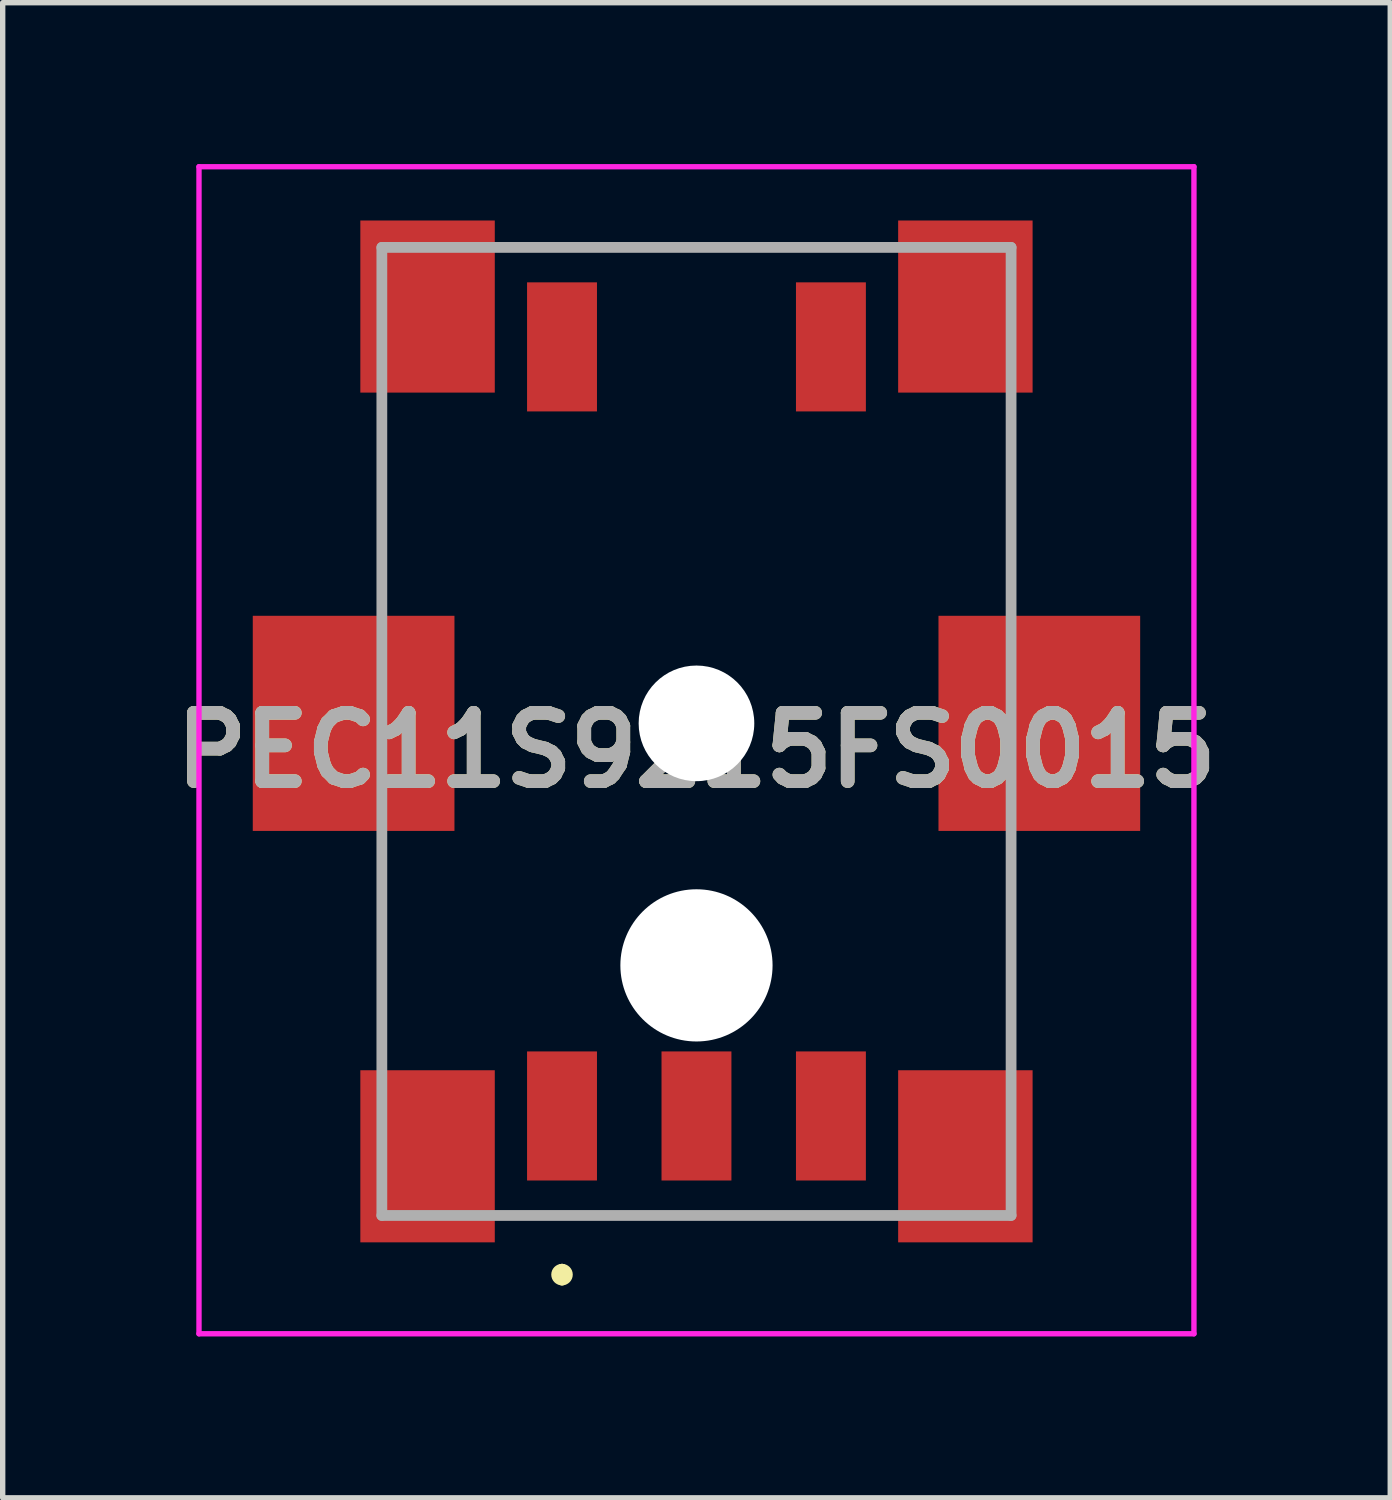
<source format=kicad_pcb>
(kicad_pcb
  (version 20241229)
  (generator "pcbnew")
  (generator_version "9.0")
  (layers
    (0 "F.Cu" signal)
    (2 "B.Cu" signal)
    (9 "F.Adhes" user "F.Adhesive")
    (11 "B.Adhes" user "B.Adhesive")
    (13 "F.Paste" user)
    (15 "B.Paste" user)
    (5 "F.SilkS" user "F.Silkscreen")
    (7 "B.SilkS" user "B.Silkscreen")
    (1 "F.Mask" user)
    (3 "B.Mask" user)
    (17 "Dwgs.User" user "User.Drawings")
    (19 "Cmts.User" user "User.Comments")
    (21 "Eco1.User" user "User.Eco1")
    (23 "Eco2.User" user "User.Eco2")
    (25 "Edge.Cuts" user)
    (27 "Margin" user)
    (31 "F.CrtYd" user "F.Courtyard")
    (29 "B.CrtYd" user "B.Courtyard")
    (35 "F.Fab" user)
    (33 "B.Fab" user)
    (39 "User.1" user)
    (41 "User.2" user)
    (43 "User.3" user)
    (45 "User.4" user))
  (footprint "PEC11S9215FS0015"
    (layer "F.Cu")
    (at 9.9 10.55)
    (property "Reference" "PEC11S9215FS0015" (at 0 0.35 0) (layer "F.SilkS") (effects (font (size 1.27 1.27) (thickness 0.254))))
    (attr through_hole)
    (fp_line (start -3 -9) (end 3 -9) (stroke (width 0.1) (type solid)) (layer "F.SilkS"))
    (fp_line (start -3 9) (end 3 9) (stroke (width 0.1) (type solid)) (layer "F.SilkS"))
    (fp_line (start -2.5 10) (end -2.5 10) (stroke (width 0.2) (type solid)) (layer "F.SilkS"))
    (fp_line (start -2.5 10.2) (end -2.5 10.2) (stroke (width 0.2) (type solid)) (layer "F.SilkS"))
    (fp_arc (start -2.5 10) (mid -2.4 10.1) (end -2.5 10.2) (stroke (width 0.2) (type solid)) (layer "F.SilkS"))
    (fp_arc (start -2.5 10.2) (mid -2.6 10.1) (end -2.5 10) (stroke (width 0.2) (type solid)) (layer "F.SilkS"))
    (fp_line (start -9.25 -10.5) (end 9.25 -10.5) (stroke (width 0.1) (type solid)) (layer "F.CrtYd"))
    (fp_line (start -9.25 11.2) (end -9.25 -10.5) (stroke (width 0.1) (type solid)) (layer "F.CrtYd"))
    (fp_line (start 9.25 -10.5) (end 9.25 11.2) (stroke (width 0.1) (type solid)) (layer "F.CrtYd"))
    (fp_line (start 9.25 11.2) (end -9.25 11.2) (stroke (width 0.1) (type solid)) (layer "F.CrtYd"))
    (fp_line (start -5.85 -9) (end 5.85 -9) (stroke (width 0.2) (type solid)) (layer "F.Fab"))
    (fp_line (start -5.85 9) (end -5.85 -9) (stroke (width 0.2) (type solid)) (layer "F.Fab"))
    (fp_line (start 5.85 -9) (end 5.85 9) (stroke (width 0.2) (type solid)) (layer "F.Fab"))
    (fp_line (start 5.85 9) (end -5.85 9) (stroke (width 0.2) (type solid)) (layer "F.Fab"))
    (fp_text user "${REFERENCE}" (at 0 0.35 0) (layer "F.Fab") (effects (font (size 1.27 1.27) (thickness 0.254))))
    (pad "" np_thru_hole circle (at 0 -0.15) (size 2.15 2.15) (drill 2.15) (layers "*.Cu" "*.Mask"))
    (pad "" np_thru_hole circle (at 0 4.35) (size 2.83 2.83) (drill 2.83) (layers "*.Cu" "*.Mask"))
    (pad "A1" smd rect (at -2.5 7.15) (size 1.3 2.4) (layers "F.Cu" "F.Mask" "F.Paste"))
    (pad "B1" smd rect (at 2.5 7.15) (size 1.3 2.4) (layers "F.Cu" "F.Mask" "F.Paste"))
    (pad "C1" smd rect (at 0 7.15) (size 1.3 2.4) (layers "F.Cu" "F.Mask" "F.Paste"))
    (pad "D1" smd rect (at -2.5 -7.15) (size 1.3 2.4) (layers "F.Cu" "F.Mask" "F.Paste"))
    (pad "E1" smd rect (at 2.5 -7.15) (size 1.3 2.4) (layers "F.Cu" "F.Mask" "F.Paste"))
    (pad "MP1" smd rect (at -6.375 -0.15) (size 3.75 4) (layers "F.Cu" "F.Mask" "F.Paste"))
    (pad "MP2" smd rect (at 6.375 -0.15) (size 3.75 4) (layers "F.Cu" "F.Mask" "F.Paste"))
    (pad "MP3" smd rect (at 5 -7.9) (size 2.5 3.2) (layers "F.Cu" "F.Mask" "F.Paste"))
    (pad "MP4" smd rect (at -5 -7.9) (size 2.5 3.2) (layers "F.Cu" "F.Mask" "F.Paste"))
    (pad "MP5" smd rect (at -5 7.9) (size 2.5 3.2) (layers "F.Cu" "F.Mask" "F.Paste"))
    (pad "MP6" smd rect (at 5 7.9) (size 2.5 3.2) (layers "F.Cu" "F.Mask" "F.Paste")))
  (gr_rect
    (start -3 -3)
    (end 22.8 24.8)
    (stroke (width 0.1) (type default))
    (fill no)
    (layer "Edge.Cuts")))
</source>
